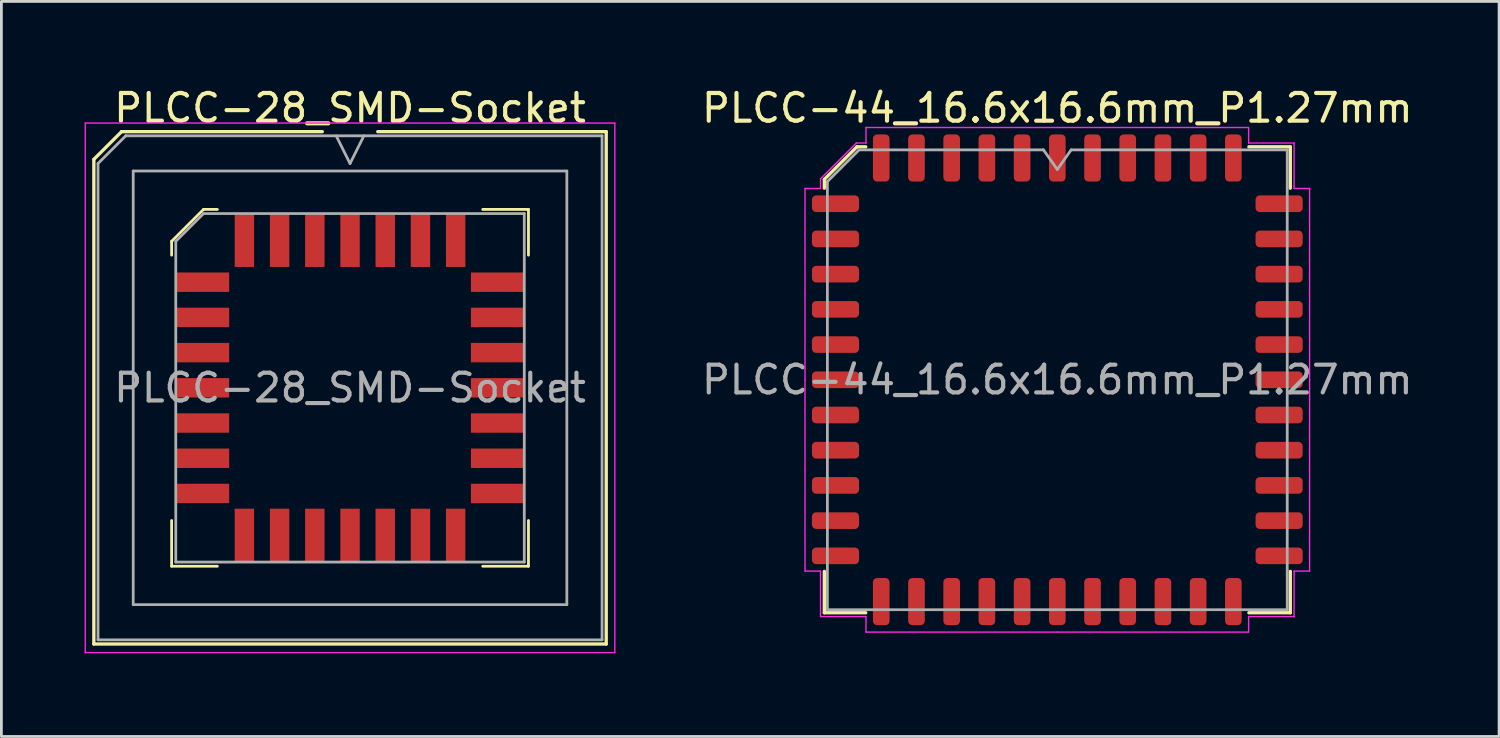
<source format=kicad_pcb>
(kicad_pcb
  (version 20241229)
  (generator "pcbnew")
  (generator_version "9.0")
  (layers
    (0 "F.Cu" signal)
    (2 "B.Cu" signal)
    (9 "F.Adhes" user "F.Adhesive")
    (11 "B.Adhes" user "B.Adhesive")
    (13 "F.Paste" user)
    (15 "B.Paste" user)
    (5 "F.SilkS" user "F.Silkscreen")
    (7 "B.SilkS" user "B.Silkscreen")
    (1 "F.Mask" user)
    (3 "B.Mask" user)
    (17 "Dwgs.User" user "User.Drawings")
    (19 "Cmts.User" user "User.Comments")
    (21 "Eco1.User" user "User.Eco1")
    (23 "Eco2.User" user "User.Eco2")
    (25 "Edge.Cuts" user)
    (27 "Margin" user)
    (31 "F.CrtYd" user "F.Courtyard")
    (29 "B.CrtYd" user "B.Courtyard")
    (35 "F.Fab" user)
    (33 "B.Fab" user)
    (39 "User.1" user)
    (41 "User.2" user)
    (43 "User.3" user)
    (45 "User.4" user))
  (footprint "PLCC-28_SMD-Socket"
    (layer "F.Cu")
    (at 9.575 10.938)
    (property "Reference" "PLCC-28_SMD-Socket" (at 0 -10.09 0) (layer "F.SilkS") (effects (font (size 1 1) (thickness 0.15))))
    (attr smd)
    (fp_line (start -9.24 -8.24) (end -9.24 9.24) (stroke (width 0.12) (type solid)) (layer "F.SilkS"))
    (fp_line (start -9.24 9.24) (end 9.24 9.24) (stroke (width 0.12) (type solid)) (layer "F.SilkS"))
    (fp_line (start -8.24 -9.24) (end -9.24 -8.24) (stroke (width 0.12) (type solid)) (layer "F.SilkS"))
    (fp_line (start -6.435 -5.285) (end -6.435 -4.785) (stroke (width 0.1) (type solid)) (layer "F.SilkS"))
    (fp_line (start -6.435 6.435) (end -6.435 4.785) (stroke (width 0.1) (type solid)) (layer "F.SilkS"))
    (fp_line (start -5.285 -6.435) (end -6.435 -5.285) (stroke (width 0.1) (type solid)) (layer "F.SilkS"))
    (fp_line (start -4.785 -6.435) (end -5.285 -6.435) (stroke (width 0.1) (type solid)) (layer "F.SilkS"))
    (fp_line (start -4.785 6.435) (end -6.435 6.435) (stroke (width 0.1) (type solid)) (layer "F.SilkS"))
    (fp_line (start -1 -9.24) (end -8.24 -9.24) (stroke (width 0.12) (type solid)) (layer "F.SilkS"))
    (fp_line (start 4.785 -6.435) (end 6.435 -6.435) (stroke (width 0.1) (type solid)) (layer "F.SilkS"))
    (fp_line (start 4.785 6.435) (end 6.435 6.435) (stroke (width 0.1) (type solid)) (layer "F.SilkS"))
    (fp_line (start 6.435 -6.435) (end 6.435 -4.785) (stroke (width 0.1) (type solid)) (layer "F.SilkS"))
    (fp_line (start 6.435 6.435) (end 6.435 4.785) (stroke (width 0.1) (type solid)) (layer "F.SilkS"))
    (fp_line (start 9.24 -9.24) (end 1 -9.24) (stroke (width 0.12) (type solid)) (layer "F.SilkS"))
    (fp_line (start 9.24 9.24) (end 9.24 -9.24) (stroke (width 0.12) (type solid)) (layer "F.SilkS"))
    (fp_line (start -9.55 -9.55) (end -9.55 9.55) (stroke (width 0.05) (type solid)) (layer "F.CrtYd"))
    (fp_line (start -9.55 9.55) (end 9.55 9.55) (stroke (width 0.05) (type solid)) (layer "F.CrtYd"))
    (fp_line (start 9.55 -9.55) (end -9.55 -9.55) (stroke (width 0.05) (type solid)) (layer "F.CrtYd"))
    (fp_line (start 9.55 9.55) (end 9.55 -9.55) (stroke (width 0.05) (type solid)) (layer "F.CrtYd"))
    (fp_line (start -9.09 -8.09) (end -9.09 9.09) (stroke (width 0.1) (type solid)) (layer "F.Fab"))
    (fp_line (start -9.09 9.09) (end 9.09 9.09) (stroke (width 0.1) (type solid)) (layer "F.Fab"))
    (fp_line (start -8.09 -9.09) (end -9.09 -8.09) (stroke (width 0.1) (type solid)) (layer "F.Fab"))
    (fp_line (start -7.82 -7.82) (end -7.82 7.82) (stroke (width 0.1) (type solid)) (layer "F.Fab"))
    (fp_line (start -7.82 7.82) (end 7.82 7.82) (stroke (width 0.1) (type solid)) (layer "F.Fab"))
    (fp_line (start -6.285 -5.285) (end -6.285 6.285) (stroke (width 0.1) (type solid)) (layer "F.Fab"))
    (fp_line (start -6.285 6.285) (end 6.285 6.285) (stroke (width 0.1) (type solid)) (layer "F.Fab"))
    (fp_line (start -5.285 -6.285) (end -6.285 -5.285) (stroke (width 0.1) (type solid)) (layer "F.Fab"))
    (fp_line (start -0.5 -9.09) (end 0 -8.09) (stroke (width 0.1) (type solid)) (layer "F.Fab"))
    (fp_line (start 0 -8.09) (end 0.5 -9.09) (stroke (width 0.1) (type solid)) (layer "F.Fab"))
    (fp_line (start 6.285 -6.285) (end -5.285 -6.285) (stroke (width 0.1) (type solid)) (layer "F.Fab"))
    (fp_line (start 6.285 6.285) (end 6.285 -6.285) (stroke (width 0.1) (type solid)) (layer "F.Fab"))
    (fp_line (start 7.82 -7.82) (end -7.82 -7.82) (stroke (width 0.1) (type solid)) (layer "F.Fab"))
    (fp_line (start 7.82 7.82) (end 7.82 -7.82) (stroke (width 0.1) (type solid)) (layer "F.Fab"))
    (fp_line (start 9.09 -9.09) (end -8.09 -9.09) (stroke (width 0.1) (type solid)) (layer "F.Fab"))
    (fp_line (start 9.09 9.09) (end 9.09 -9.09) (stroke (width 0.1) (type solid)) (layer "F.Fab"))
    (fp_text user "${REFERENCE}" (at 0 0 0) (layer "F.Fab") (effects (font (size 1 1) (thickness 0.15))))
    (pad "1" smd rect (at 0 -5.322) (size 0.7 1.925) (layers "F.Cu" "F.Mask" "F.Paste"))
    (pad "2" smd rect (at -1.27 -5.322) (size 0.7 1.925) (layers "F.Cu" "F.Mask" "F.Paste"))
    (pad "3" smd rect (at -2.54 -5.322) (size 0.7 1.925) (layers "F.Cu" "F.Mask" "F.Paste"))
    (pad "4" smd rect (at -3.81 -5.322) (size 0.7 1.925) (layers "F.Cu" "F.Mask" "F.Paste"))
    (pad "5" smd rect (at -5.322 -3.81) (size 1.925 0.7) (layers "F.Cu" "F.Mask" "F.Paste"))
    (pad "6" smd rect (at -5.322 -2.54) (size 1.925 0.7) (layers "F.Cu" "F.Mask" "F.Paste"))
    (pad "7" smd rect (at -5.322 -1.27) (size 1.925 0.7) (layers "F.Cu" "F.Mask" "F.Paste"))
    (pad "8" smd rect (at -5.322 0) (size 1.925 0.7) (layers "F.Cu" "F.Mask" "F.Paste"))
    (pad "9" smd rect (at -5.322 1.27) (size 1.925 0.7) (layers "F.Cu" "F.Mask" "F.Paste"))
    (pad "10" smd rect (at -5.322 2.54) (size 1.925 0.7) (layers "F.Cu" "F.Mask" "F.Paste"))
    (pad "11" smd rect (at -5.322 3.81) (size 1.925 0.7) (layers "F.Cu" "F.Mask" "F.Paste"))
    (pad "12" smd rect (at -3.81 5.322) (size 0.7 1.925) (layers "F.Cu" "F.Mask" "F.Paste"))
    (pad "13" smd rect (at -2.54 5.322) (size 0.7 1.925) (layers "F.Cu" "F.Mask" "F.Paste"))
    (pad "14" smd rect (at -1.27 5.322) (size 0.7 1.925) (layers "F.Cu" "F.Mask" "F.Paste"))
    (pad "15" smd rect (at 0 5.322) (size 0.7 1.925) (layers "F.Cu" "F.Mask" "F.Paste"))
    (pad "16" smd rect (at 1.27 5.322) (size 0.7 1.925) (layers "F.Cu" "F.Mask" "F.Paste"))
    (pad "17" smd rect (at 2.54 5.322) (size 0.7 1.925) (layers "F.Cu" "F.Mask" "F.Paste"))
    (pad "18" smd rect (at 3.81 5.322) (size 0.7 1.925) (layers "F.Cu" "F.Mask" "F.Paste"))
    (pad "19" smd rect (at 5.322 3.81) (size 1.925 0.7) (layers "F.Cu" "F.Mask" "F.Paste"))
    (pad "20" smd rect (at 5.322 2.54) (size 1.925 0.7) (layers "F.Cu" "F.Mask" "F.Paste"))
    (pad "21" smd rect (at 5.322 1.27) (size 1.925 0.7) (layers "F.Cu" "F.Mask" "F.Paste"))
    (pad "22" smd rect (at 5.322 0) (size 1.925 0.7) (layers "F.Cu" "F.Mask" "F.Paste"))
    (pad "23" smd rect (at 5.322 -1.27) (size 1.925 0.7) (layers "F.Cu" "F.Mask" "F.Paste"))
    (pad "24" smd rect (at 5.322 -2.54) (size 1.925 0.7) (layers "F.Cu" "F.Mask" "F.Paste"))
    (pad "25" smd rect (at 5.322 -3.81) (size 1.925 0.7) (layers "F.Cu" "F.Mask" "F.Paste"))
    (pad "26" smd rect (at 3.81 -5.322) (size 0.7 1.925) (layers "F.Cu" "F.Mask" "F.Paste"))
    (pad "27" smd rect (at 2.54 -5.322) (size 0.7 1.925) (layers "F.Cu" "F.Mask" "F.Paste"))
    (pad "28" smd rect (at 1.27 -5.322) (size 0.7 1.925) (layers "F.Cu" "F.Mask" "F.Paste")))
  (footprint "PLCC-44_16.6x16.6mm_P1.27mm"
    (layer "F.Cu")
    (at 35.085 10.648)
    (property "Reference" "PLCC-44_16.6x16.6mm_P1.27mm" (at 0 -9.8 0) (layer "F.SilkS") (effects (font (size 1 1) (thickness 0.15))))
    (attr smd)
    (fp_line (start -8.403 -7.228) (end -8.403 -6.91) (stroke (width 0.12) (type solid)) (layer "F.SilkS"))
    (fp_line (start -8.403 8.403) (end -8.403 6.91) (stroke (width 0.12) (type solid)) (layer "F.SilkS"))
    (fp_line (start -7.228 -8.403) (end -8.403 -7.228) (stroke (width 0.12) (type solid)) (layer "F.SilkS"))
    (fp_line (start -6.91 -8.403) (end -7.228 -8.403) (stroke (width 0.12) (type solid)) (layer "F.SilkS"))
    (fp_line (start -6.91 8.403) (end -8.403 8.403) (stroke (width 0.12) (type solid)) (layer "F.SilkS"))
    (fp_line (start 6.91 -8.403) (end 8.403 -8.403) (stroke (width 0.12) (type solid)) (layer "F.SilkS"))
    (fp_line (start 6.91 8.403) (end 8.403 8.403) (stroke (width 0.12) (type solid)) (layer "F.SilkS"))
    (fp_line (start 8.403 -8.403) (end 8.403 -6.91) (stroke (width 0.12) (type solid)) (layer "F.SilkS"))
    (fp_line (start 8.403 8.403) (end 8.403 6.91) (stroke (width 0.12) (type solid)) (layer "F.SilkS"))
    (fp_line (start -9.1 -6.9) (end -9.1 0) (stroke (width 0.05) (type solid)) (layer "F.CrtYd"))
    (fp_line (start -9.1 6.9) (end -9.1 0) (stroke (width 0.05) (type solid)) (layer "F.CrtYd"))
    (fp_line (start -8.54 -7.25) (end -8.54 -6.9) (stroke (width 0.05) (type solid)) (layer "F.CrtYd"))
    (fp_line (start -8.54 -6.9) (end -9.1 -6.9) (stroke (width 0.05) (type solid)) (layer "F.CrtYd"))
    (fp_line (start -8.54 6.9) (end -9.1 6.9) (stroke (width 0.05) (type solid)) (layer "F.CrtYd"))
    (fp_line (start -8.54 8.54) (end -8.54 6.9) (stroke (width 0.05) (type solid)) (layer "F.CrtYd"))
    (fp_line (start -7.25 -8.54) (end -8.54 -7.25) (stroke (width 0.05) (type solid)) (layer "F.CrtYd"))
    (fp_line (start -6.9 -9.1) (end -6.9 -8.54) (stroke (width 0.05) (type solid)) (layer "F.CrtYd"))
    (fp_line (start -6.9 -8.54) (end -7.25 -8.54) (stroke (width 0.05) (type solid)) (layer "F.CrtYd"))
    (fp_line (start -6.9 8.54) (end -8.54 8.54) (stroke (width 0.05) (type solid)) (layer "F.CrtYd"))
    (fp_line (start -6.9 9.1) (end -6.9 8.54) (stroke (width 0.05) (type solid)) (layer "F.CrtYd"))
    (fp_line (start 0 -9.1) (end -6.9 -9.1) (stroke (width 0.05) (type solid)) (layer "F.CrtYd"))
    (fp_line (start 0 -9.1) (end 6.9 -9.1) (stroke (width 0.05) (type solid)) (layer "F.CrtYd"))
    (fp_line (start 0 9.1) (end -6.9 9.1) (stroke (width 0.05) (type solid)) (layer "F.CrtYd"))
    (fp_line (start 0 9.1) (end 6.9 9.1) (stroke (width 0.05) (type solid)) (layer "F.CrtYd"))
    (fp_line (start 6.9 -9.1) (end 6.9 -8.54) (stroke (width 0.05) (type solid)) (layer "F.CrtYd"))
    (fp_line (start 6.9 -8.54) (end 8.54 -8.54) (stroke (width 0.05) (type solid)) (layer "F.CrtYd"))
    (fp_line (start 6.9 8.54) (end 8.54 8.54) (stroke (width 0.05) (type solid)) (layer "F.CrtYd"))
    (fp_line (start 6.9 9.1) (end 6.9 8.54) (stroke (width 0.05) (type solid)) (layer "F.CrtYd"))
    (fp_line (start 8.54 -8.54) (end 8.54 -6.9) (stroke (width 0.05) (type solid)) (layer "F.CrtYd"))
    (fp_line (start 8.54 -6.9) (end 9.1 -6.9) (stroke (width 0.05) (type solid)) (layer "F.CrtYd"))
    (fp_line (start 8.54 6.9) (end 9.1 6.9) (stroke (width 0.05) (type solid)) (layer "F.CrtYd"))
    (fp_line (start 8.54 8.54) (end 8.54 6.9) (stroke (width 0.05) (type solid)) (layer "F.CrtYd"))
    (fp_line (start 9.1 -6.9) (end 9.1 0) (stroke (width 0.05) (type solid)) (layer "F.CrtYd"))
    (fp_line (start 9.1 6.9) (end 9.1 0) (stroke (width 0.05) (type solid)) (layer "F.CrtYd"))
    (fp_line (start -8.293 -7.15) (end -7.15 -8.293) (stroke (width 0.1) (type solid)) (layer "F.Fab"))
    (fp_line (start -8.293 8.293) (end -8.293 -7.15) (stroke (width 0.1) (type solid)) (layer "F.Fab"))
    (fp_line (start -7.15 -8.293) (end -0.5 -8.293) (stroke (width 0.1) (type solid)) (layer "F.Fab"))
    (fp_line (start -0.5 -8.293) (end 0 -7.586) (stroke (width 0.1) (type solid)) (layer "F.Fab"))
    (fp_line (start 0 -7.586) (end 0.5 -8.293) (stroke (width 0.1) (type solid)) (layer "F.Fab"))
    (fp_line (start 0.5 -8.293) (end 8.293 -8.293) (stroke (width 0.1) (type solid)) (layer "F.Fab"))
    (fp_line (start 8.293 -8.293) (end 8.293 8.293) (stroke (width 0.1) (type solid)) (layer "F.Fab"))
    (fp_line (start 8.293 8.293) (end -8.293 8.293) (stroke (width 0.1) (type solid)) (layer "F.Fab"))
    (fp_text user "${REFERENCE}" (at 0 0 0) (layer "F.Fab") (effects (font (size 1 1) (thickness 0.15))))
    (pad "1" smd roundrect (at 0 -8) (size 0.6 1.7) (layers "F.Cu" "F.Mask" "F.Paste") (roundrect_rratio 0.25))
    (pad "2" smd roundrect (at -1.27 -8) (size 0.6 1.7) (layers "F.Cu" "F.Mask" "F.Paste") (roundrect_rratio 0.25))
    (pad "3" smd roundrect (at -2.54 -8) (size 0.6 1.7) (layers "F.Cu" "F.Mask" "F.Paste") (roundrect_rratio 0.25))
    (pad "4" smd roundrect (at -3.81 -8) (size 0.6 1.7) (layers "F.Cu" "F.Mask" "F.Paste") (roundrect_rratio 0.25))
    (pad "5" smd roundrect (at -5.08 -8) (size 0.6 1.7) (layers "F.Cu" "F.Mask" "F.Paste") (roundrect_rratio 0.25))
    (pad "6" smd roundrect (at -6.35 -8) (size 0.6 1.7) (layers "F.Cu" "F.Mask" "F.Paste") (roundrect_rratio 0.25))
    (pad "7" smd roundrect (at -8 -6.35) (size 1.7 0.6) (layers "F.Cu" "F.Mask" "F.Paste") (roundrect_rratio 0.25))
    (pad "8" smd roundrect (at -8 -5.08) (size 1.7 0.6) (layers "F.Cu" "F.Mask" "F.Paste") (roundrect_rratio 0.25))
    (pad "9" smd roundrect (at -8 -3.81) (size 1.7 0.6) (layers "F.Cu" "F.Mask" "F.Paste") (roundrect_rratio 0.25))
    (pad "10" smd roundrect (at -8 -2.54) (size 1.7 0.6) (layers "F.Cu" "F.Mask" "F.Paste") (roundrect_rratio 0.25))
    (pad "11" smd roundrect (at -8 -1.27) (size 1.7 0.6) (layers "F.Cu" "F.Mask" "F.Paste") (roundrect_rratio 0.25))
    (pad "12" smd roundrect (at -8 0) (size 1.7 0.6) (layers "F.Cu" "F.Mask" "F.Paste") (roundrect_rratio 0.25))
    (pad "13" smd roundrect (at -8 1.27) (size 1.7 0.6) (layers "F.Cu" "F.Mask" "F.Paste") (roundrect_rratio 0.25))
    (pad "14" smd roundrect (at -8 2.54) (size 1.7 0.6) (layers "F.Cu" "F.Mask" "F.Paste") (roundrect_rratio 0.25))
    (pad "15" smd roundrect (at -8 3.81) (size 1.7 0.6) (layers "F.Cu" "F.Mask" "F.Paste") (roundrect_rratio 0.25))
    (pad "16" smd roundrect (at -8 5.08) (size 1.7 0.6) (layers "F.Cu" "F.Mask" "F.Paste") (roundrect_rratio 0.25))
    (pad "17" smd roundrect (at -8 6.35) (size 1.7 0.6) (layers "F.Cu" "F.Mask" "F.Paste") (roundrect_rratio 0.25))
    (pad "18" smd roundrect (at -6.35 8) (size 0.6 1.7) (layers "F.Cu" "F.Mask" "F.Paste") (roundrect_rratio 0.25))
    (pad "19" smd roundrect (at -5.08 8) (size 0.6 1.7) (layers "F.Cu" "F.Mask" "F.Paste") (roundrect_rratio 0.25))
    (pad "20" smd roundrect (at -3.81 8) (size 0.6 1.7) (layers "F.Cu" "F.Mask" "F.Paste") (roundrect_rratio 0.25))
    (pad "21" smd roundrect (at -2.54 8) (size 0.6 1.7) (layers "F.Cu" "F.Mask" "F.Paste") (roundrect_rratio 0.25))
    (pad "22" smd roundrect (at -1.27 8) (size 0.6 1.7) (layers "F.Cu" "F.Mask" "F.Paste") (roundrect_rratio 0.25))
    (pad "23" smd roundrect (at 0 8) (size 0.6 1.7) (layers "F.Cu" "F.Mask" "F.Paste") (roundrect_rratio 0.25))
    (pad "24" smd roundrect (at 1.27 8) (size 0.6 1.7) (layers "F.Cu" "F.Mask" "F.Paste") (roundrect_rratio 0.25))
    (pad "25" smd roundrect (at 2.54 8) (size 0.6 1.7) (layers "F.Cu" "F.Mask" "F.Paste") (roundrect_rratio 0.25))
    (pad "26" smd roundrect (at 3.81 8) (size 0.6 1.7) (layers "F.Cu" "F.Mask" "F.Paste") (roundrect_rratio 0.25))
    (pad "27" smd roundrect (at 5.08 8) (size 0.6 1.7) (layers "F.Cu" "F.Mask" "F.Paste") (roundrect_rratio 0.25))
    (pad "28" smd roundrect (at 6.35 8) (size 0.6 1.7) (layers "F.Cu" "F.Mask" "F.Paste") (roundrect_rratio 0.25))
    (pad "29" smd roundrect (at 8 6.35) (size 1.7 0.6) (layers "F.Cu" "F.Mask" "F.Paste") (roundrect_rratio 0.25))
    (pad "30" smd roundrect (at 8 5.08) (size 1.7 0.6) (layers "F.Cu" "F.Mask" "F.Paste") (roundrect_rratio 0.25))
    (pad "31" smd roundrect (at 8 3.81) (size 1.7 0.6) (layers "F.Cu" "F.Mask" "F.Paste") (roundrect_rratio 0.25))
    (pad "32" smd roundrect (at 8 2.54) (size 1.7 0.6) (layers "F.Cu" "F.Mask" "F.Paste") (roundrect_rratio 0.25))
    (pad "33" smd roundrect (at 8 1.27) (size 1.7 0.6) (layers "F.Cu" "F.Mask" "F.Paste") (roundrect_rratio 0.25))
    (pad "34" smd roundrect (at 8 0) (size 1.7 0.6) (layers "F.Cu" "F.Mask" "F.Paste") (roundrect_rratio 0.25))
    (pad "35" smd roundrect (at 8 -1.27) (size 1.7 0.6) (layers "F.Cu" "F.Mask" "F.Paste") (roundrect_rratio 0.25))
    (pad "36" smd roundrect (at 8 -2.54) (size 1.7 0.6) (layers "F.Cu" "F.Mask" "F.Paste") (roundrect_rratio 0.25))
    (pad "37" smd roundrect (at 8 -3.81) (size 1.7 0.6) (layers "F.Cu" "F.Mask" "F.Paste") (roundrect_rratio 0.25))
    (pad "38" smd roundrect (at 8 -5.08) (size 1.7 0.6) (layers "F.Cu" "F.Mask" "F.Paste") (roundrect_rratio 0.25))
    (pad "39" smd roundrect (at 8 -6.35) (size 1.7 0.6) (layers "F.Cu" "F.Mask" "F.Paste") (roundrect_rratio 0.25))
    (pad "40" smd roundrect (at 6.35 -8) (size 0.6 1.7) (layers "F.Cu" "F.Mask" "F.Paste") (roundrect_rratio 0.25))
    (pad "41" smd roundrect (at 5.08 -8) (size 0.6 1.7) (layers "F.Cu" "F.Mask" "F.Paste") (roundrect_rratio 0.25))
    (pad "42" smd roundrect (at 3.81 -8) (size 0.6 1.7) (layers "F.Cu" "F.Mask" "F.Paste") (roundrect_rratio 0.25))
    (pad "43" smd roundrect (at 2.54 -8) (size 0.6 1.7) (layers "F.Cu" "F.Mask" "F.Paste") (roundrect_rratio 0.25))
    (pad "44" smd roundrect (at 1.27 -8) (size 0.6 1.7) (layers "F.Cu" "F.Mask" "F.Paste") (roundrect_rratio 0.25)))
  (gr_rect
    (start -3 -3)
    (end 51.019 23.513)
    (stroke (width 0.1) (type default))
    (fill no)
    (layer "Edge.Cuts")))
</source>
